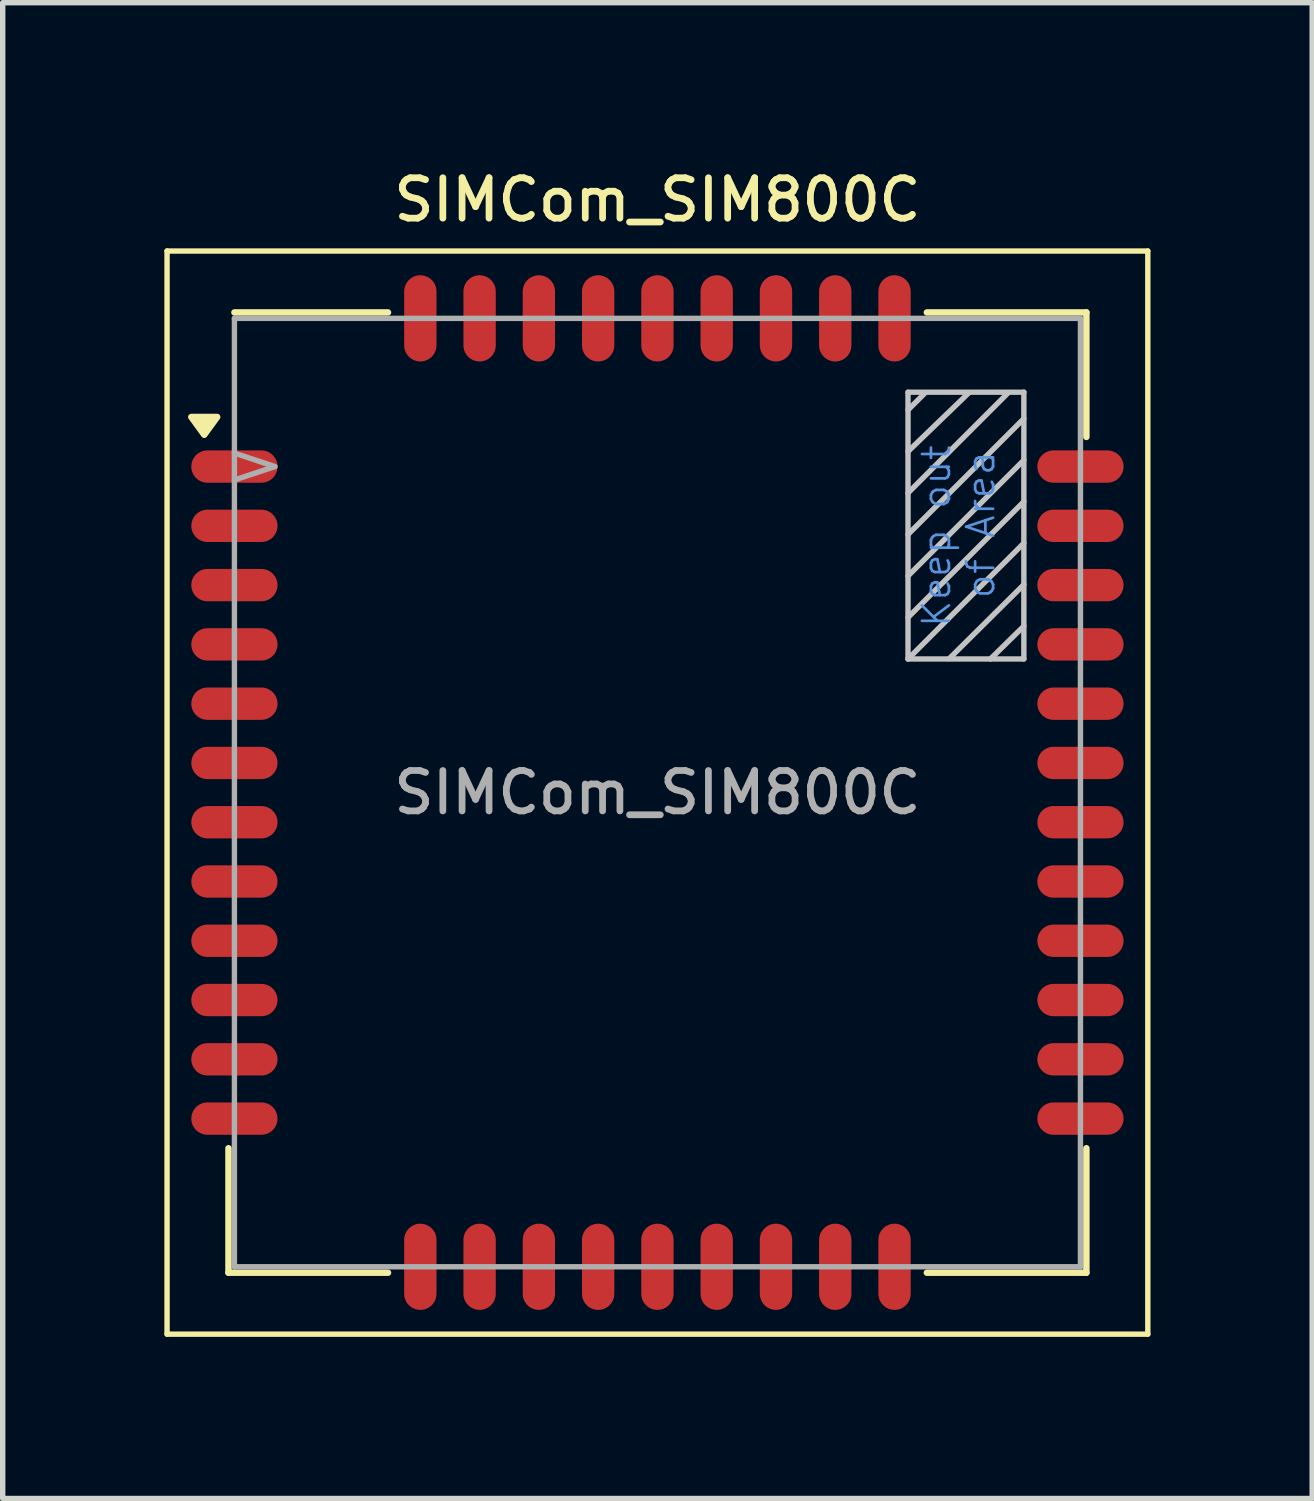
<source format=kicad_pcb>
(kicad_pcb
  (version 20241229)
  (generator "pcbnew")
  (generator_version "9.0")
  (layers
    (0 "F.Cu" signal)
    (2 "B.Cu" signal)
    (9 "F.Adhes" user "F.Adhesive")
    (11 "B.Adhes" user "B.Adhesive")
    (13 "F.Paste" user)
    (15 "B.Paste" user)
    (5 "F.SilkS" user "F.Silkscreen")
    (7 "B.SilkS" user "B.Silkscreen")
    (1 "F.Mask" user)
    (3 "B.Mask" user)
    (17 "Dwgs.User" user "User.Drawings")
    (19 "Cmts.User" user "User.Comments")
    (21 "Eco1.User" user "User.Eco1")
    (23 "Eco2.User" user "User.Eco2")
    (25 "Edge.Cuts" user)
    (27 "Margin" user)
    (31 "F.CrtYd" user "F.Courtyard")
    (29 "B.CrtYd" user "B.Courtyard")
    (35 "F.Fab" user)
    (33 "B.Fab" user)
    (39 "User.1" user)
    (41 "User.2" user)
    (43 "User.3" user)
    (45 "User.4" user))
  (footprint "SIMCom_SIM800C"
    (layer "F.Cu")
    (at 9.15 11.658)
    (property "Reference" "SIMCom_SIM800C" (at 0 -11 0) (layer "F.SilkS") (effects (font (size 0.75 0.75) (thickness 0.125))))
    (attr smd)
    (fp_line (start -9.1 -10.05) (end -9.1 10.05) (stroke (width 0.1) (type solid)) (layer "F.SilkS"))
    (fp_line (start -9.1 -10.05) (end 9.1 -10.05) (stroke (width 0.1) (type solid)) (layer "F.SilkS"))
    (fp_line (start -9.1 10.05) (end 9.1 10.05) (stroke (width 0.1) (type solid)) (layer "F.SilkS"))
    (fp_line (start -7.96 8.91) (end -7.96 6.6) (stroke (width 0.12) (type solid)) (layer "F.SilkS"))
    (fp_line (start -7.96 8.91) (end -5 8.91) (stroke (width 0.12) (type solid)) (layer "F.SilkS"))
    (fp_line (start -7.85 -8.91) (end -5 -8.91) (stroke (width 0.12) (type solid)) (layer "F.SilkS"))
    (fp_line (start 7.96 -8.91) (end 5 -8.91) (stroke (width 0.12) (type solid)) (layer "F.SilkS"))
    (fp_line (start 7.96 -8.91) (end 7.96 -6.6) (stroke (width 0.12) (type solid)) (layer "F.SilkS"))
    (fp_line (start 7.96 8.91) (end 5 8.91) (stroke (width 0.12) (type solid)) (layer "F.SilkS"))
    (fp_line (start 7.96 8.91) (end 7.96 6.6) (stroke (width 0.12) (type solid)) (layer "F.SilkS"))
    (fp_line (start 9.1 -10.05) (end 9.1 10.05) (stroke (width 0.1) (type solid)) (layer "F.SilkS"))
    (fp_poly (pts (xy -8.41 -6.64) (xy -8.65 -6.97) (xy -8.17 -6.97) (xy -8.41 -6.64)) (stroke (width 0.12) (type solid)) (fill yes) (layer "F.SilkS"))
    (fp_line (start 4.65 -7.43) (end 4.65 -2.48) (stroke (width 0.1) (type solid)) (layer "Dwgs.User"))
    (fp_line (start 4.65 -7.43) (end 6.8 -7.43) (stroke (width 0.1) (type solid)) (layer "Dwgs.User"))
    (fp_line (start 4.65 -7.1) (end 4.97 -7.42) (stroke (width 0.1) (type solid)) (layer "Dwgs.User"))
    (fp_line (start 4.65 -6.33) (end 5.78 -7.42) (stroke (width 0.1) (type solid)) (layer "Dwgs.User"))
    (fp_line (start 4.65 -5.56) (end 6.51 -7.42) (stroke (width 0.1) (type solid)) (layer "Dwgs.User"))
    (fp_line (start 4.65 -4.79) (end 6.8 -6.94) (stroke (width 0.1) (type solid)) (layer "Dwgs.User"))
    (fp_line (start 4.65 -4.02) (end 6.8 -6.17) (stroke (width 0.1) (type solid)) (layer "Dwgs.User"))
    (fp_line (start 4.65 -3.25) (end 6.8 -5.4) (stroke (width 0.1) (type solid)) (layer "Dwgs.User"))
    (fp_line (start 4.65 -2.48) (end 6.8 -4.63) (stroke (width 0.1) (type solid)) (layer "Dwgs.User"))
    (fp_line (start 4.65 -2.48) (end 6.8 -2.48) (stroke (width 0.1) (type solid)) (layer "Dwgs.User"))
    (fp_line (start 5.415 -2.486) (end 6.8 -3.86) (stroke (width 0.1) (type solid)) (layer "Dwgs.User"))
    (fp_line (start 6.18 -2.48) (end 6.8 -3.09) (stroke (width 0.1) (type solid)) (layer "Dwgs.User"))
    (fp_line (start 6.8 -7.43) (end 6.8 -2.48) (stroke (width 0.1) (type solid)) (layer "Dwgs.User"))
    (fp_line (start -7.85 -8.8) (end -7.85 8.8) (stroke (width 0.1) (type solid)) (layer "F.Fab"))
    (fp_line (start -7.85 -8.8) (end 7.85 -8.8) (stroke (width 0.1) (type solid)) (layer "F.Fab"))
    (fp_line (start -7.85 -6.3) (end -7.1 -6.05) (stroke (width 0.1) (type solid)) (layer "F.Fab"))
    (fp_line (start -7.85 -5.8) (end -7.1 -6.05) (stroke (width 0.1) (type solid)) (layer "F.Fab"))
    (fp_line (start -7.85 8.8) (end 7.85 8.8) (stroke (width 0.1) (type solid)) (layer "F.Fab"))
    (fp_line (start 7.85 -8.8) (end 7.85 8.8) (stroke (width 0.1) (type solid)) (layer "F.Fab"))
    (fp_text user "of Area" (at 6 -4.97 90) (layer "Cmts.User") (effects (font (size 0.5 0.5) (thickness 0.05))))
    (fp_text user "Keep out " (at 5.18 -4.95 90) (layer "Cmts.User") (effects (font (size 0.5 0.5) (thickness 0.05))))
    (fp_text user "${REFERENCE}" (at 0 0 0) (layer "F.Fab") (effects (font (size 0.75 0.75) (thickness 0.125))))
    (pad "" smd oval (at -7.95 -6.05) (size 1.8 0.55) (layers "F.Paste"))
    (pad "" smd oval (at -7.95 -4.95) (size 1.8 0.55) (layers "F.Paste"))
    (pad "" smd oval (at -7.95 -3.85) (size 1.8 0.55) (layers "F.Paste"))
    (pad "" smd oval (at -7.95 -2.75) (size 1.8 0.55) (layers "F.Paste"))
    (pad "" smd oval (at -7.95 -1.65) (size 1.8 0.55) (layers "F.Paste"))
    (pad "" smd oval (at -7.95 -0.55) (size 1.8 0.55) (layers "F.Paste"))
    (pad "" smd oval (at -7.95 0.55) (size 1.8 0.55) (layers "F.Paste"))
    (pad "" smd oval (at -7.95 1.65) (size 1.8 0.55) (layers "F.Paste"))
    (pad "" smd oval (at -7.95 2.75) (size 1.8 0.55) (layers "F.Paste"))
    (pad "" smd oval (at -7.95 3.85) (size 1.8 0.55) (layers "F.Paste"))
    (pad "" smd oval (at -7.95 4.95) (size 1.8 0.55) (layers "F.Paste"))
    (pad "" smd oval (at -7.95 6.05) (size 1.8 0.55) (layers "F.Paste"))
    (pad "" smd oval (at -4.4 -8.9 90) (size 1.8 0.55) (layers "F.Paste"))
    (pad "" smd oval (at -4.4 8.9 90) (size 1.8 0.55) (layers "F.Paste"))
    (pad "" smd oval (at -3.3 -8.9 90) (size 1.8 0.55) (layers "F.Paste"))
    (pad "" smd oval (at -3.3 8.9 90) (size 1.8 0.55) (layers "F.Paste"))
    (pad "" smd oval (at -2.2 -8.9 90) (size 1.8 0.55) (layers "F.Paste"))
    (pad "" smd oval (at -2.2 8.9 90) (size 1.8 0.55) (layers "F.Paste"))
    (pad "" smd oval (at -1.1 -8.9 90) (size 1.8 0.55) (layers "F.Paste"))
    (pad "" smd oval (at -1.1 8.9 90) (size 1.8 0.55) (layers "F.Paste"))
    (pad "" smd oval (at 0 -8.9 90) (size 1.8 0.55) (layers "F.Paste"))
    (pad "" smd oval (at 0 8.9 90) (size 1.8 0.55) (layers "F.Paste"))
    (pad "" smd oval (at 1.1 -8.9 90) (size 1.8 0.55) (layers "F.Paste"))
    (pad "" smd oval (at 1.1 8.9 90) (size 1.8 0.55) (layers "F.Paste"))
    (pad "" smd oval (at 2.2 -8.9 90) (size 1.8 0.55) (layers "F.Paste"))
    (pad "" smd oval (at 2.2 8.9 90) (size 1.8 0.55) (layers "F.Paste"))
    (pad "" smd oval (at 3.3 -8.9 90) (size 1.8 0.55) (layers "F.Paste"))
    (pad "" smd oval (at 3.3 8.9 90) (size 1.8 0.55) (layers "F.Paste"))
    (pad "" smd oval (at 4.4 -8.9 90) (size 1.8 0.55) (layers "F.Paste"))
    (pad "" smd oval (at 4.4 8.9 90) (size 1.8 0.55) (layers "F.Paste"))
    (pad "" smd oval (at 7.95 -6.05) (size 1.8 0.55) (layers "F.Paste"))
    (pad "" smd oval (at 7.95 -4.95) (size 1.8 0.55) (layers "F.Paste"))
    (pad "" smd oval (at 7.95 -3.85) (size 1.8 0.55) (layers "F.Paste"))
    (pad "" smd oval (at 7.95 -2.75) (size 1.8 0.55) (layers "F.Paste"))
    (pad "" smd oval (at 7.95 -1.65) (size 1.8 0.55) (layers "F.Paste"))
    (pad "" smd oval (at 7.95 -0.55) (size 1.8 0.55) (layers "F.Paste"))
    (pad "" smd oval (at 7.95 0.55) (size 1.8 0.55) (layers "F.Paste"))
    (pad "" smd oval (at 7.95 1.65) (size 1.8 0.55) (layers "F.Paste"))
    (pad "" smd oval (at 7.95 2.75) (size 1.8 0.55) (layers "F.Paste"))
    (pad "" smd oval (at 7.95 3.85) (size 1.8 0.55) (layers "F.Paste"))
    (pad "" smd oval (at 7.95 4.95) (size 1.8 0.55) (layers "F.Paste"))
    (pad "" smd oval (at 7.95 6.05) (size 1.8 0.55) (layers "F.Paste"))
    (pad "1" smd oval (at -7.85 -6.05) (size 1.6 0.6) (layers "F.Cu" "F.Mask"))
    (pad "2" smd oval (at -7.85 -4.95) (size 1.6 0.6) (layers "F.Cu" "F.Mask"))
    (pad "3" smd oval (at -7.85 -3.85) (size 1.6 0.6) (layers "F.Cu" "F.Mask"))
    (pad "4" smd oval (at -7.85 -2.75) (size 1.6 0.6) (layers "F.Cu" "F.Mask"))
    (pad "5" smd oval (at -7.85 -1.65) (size 1.6 0.6) (layers "F.Cu" "F.Mask"))
    (pad "6" smd oval (at -7.85 -0.55) (size 1.6 0.6) (layers "F.Cu" "F.Mask"))
    (pad "7" smd oval (at -7.85 0.55) (size 1.6 0.6) (layers "F.Cu" "F.Mask"))
    (pad "8" smd oval (at -7.85 1.65) (size 1.6 0.6) (layers "F.Cu" "F.Mask"))
    (pad "9" smd oval (at -7.85 2.75) (size 1.6 0.6) (layers "F.Cu" "F.Mask"))
    (pad "10" smd oval (at -7.85 3.85) (size 1.6 0.6) (layers "F.Cu" "F.Mask"))
    (pad "11" smd oval (at -7.85 4.95) (size 1.6 0.6) (layers "F.Cu" "F.Mask"))
    (pad "12" smd oval (at -7.85 6.05) (size 1.6 0.6) (layers "F.Cu" "F.Mask"))
    (pad "13" smd oval (at -4.4 8.8) (size 0.6 1.6) (layers "F.Cu" "F.Mask"))
    (pad "14" smd oval (at -3.3 8.8) (size 0.6 1.6) (layers "F.Cu" "F.Mask"))
    (pad "15" smd oval (at -2.2 8.8) (size 0.6 1.6) (layers "F.Cu" "F.Mask"))
    (pad "16" smd oval (at -1.1 8.8) (size 0.6 1.6) (layers "F.Cu" "F.Mask"))
    (pad "17" smd oval (at 0 8.8) (size 0.6 1.6) (layers "F.Cu" "F.Mask"))
    (pad "18" smd oval (at 1.1 8.8) (size 0.6 1.6) (layers "F.Cu" "F.Mask"))
    (pad "19" smd oval (at 2.2 8.8) (size 0.6 1.6) (layers "F.Cu" "F.Mask"))
    (pad "20" smd oval (at 3.3 8.8) (size 0.6 1.6) (layers "F.Cu" "F.Mask"))
    (pad "21" smd oval (at 4.4 8.8) (size 0.6 1.6) (layers "F.Cu" "F.Mask"))
    (pad "22" smd oval (at 7.85 6.05) (size 1.6 0.6) (layers "F.Cu" "F.Mask"))
    (pad "23" smd oval (at 7.85 4.95) (size 1.6 0.6) (layers "F.Cu" "F.Mask"))
    (pad "24" smd oval (at 7.85 3.85) (size 1.6 0.6) (layers "F.Cu" "F.Mask"))
    (pad "25" smd oval (at 7.85 2.75) (size 1.6 0.6) (layers "F.Cu" "F.Mask"))
    (pad "26" smd oval (at 7.85 1.65) (size 1.6 0.6) (layers "F.Cu" "F.Mask"))
    (pad "27" smd oval (at 7.85 0.55) (size 1.6 0.6) (layers "F.Cu" "F.Mask"))
    (pad "28" smd oval (at 7.85 -0.55) (size 1.6 0.6) (layers "F.Cu" "F.Mask"))
    (pad "29" smd oval (at 7.85 -1.65) (size 1.6 0.6) (layers "F.Cu" "F.Mask"))
    (pad "30" smd oval (at 7.85 -2.75) (size 1.6 0.6) (layers "F.Cu" "F.Mask"))
    (pad "31" smd oval (at 7.85 -3.85) (size 1.6 0.6) (layers "F.Cu" "F.Mask"))
    (pad "32" smd oval (at 7.85 -4.95) (size 1.6 0.6) (layers "F.Cu" "F.Mask"))
    (pad "33" smd oval (at 7.85 -6.05) (size 1.6 0.6) (layers "F.Cu" "F.Mask"))
    (pad "34" smd oval (at 4.4 -8.8) (size 0.6 1.6) (layers "F.Cu" "F.Mask"))
    (pad "35" smd oval (at 3.3 -8.8) (size 0.6 1.6) (layers "F.Cu" "F.Mask"))
    (pad "36" smd oval (at 2.2 -8.8) (size 0.6 1.6) (layers "F.Cu" "F.Mask"))
    (pad "37" smd oval (at 1.1 -8.8) (size 0.6 1.6) (layers "F.Cu" "F.Mask"))
    (pad "38" smd oval (at 0 -8.8) (size 0.6 1.6) (layers "F.Cu" "F.Mask"))
    (pad "39" smd oval (at -1.1 -8.8) (size 0.6 1.6) (layers "F.Cu" "F.Mask"))
    (pad "40" smd oval (at -2.2 -8.8) (size 0.6 1.6) (layers "F.Cu" "F.Mask"))
    (pad "41" smd oval (at -3.3 -8.8) (size 0.6 1.6) (layers "F.Cu" "F.Mask"))
    (pad "42" smd oval (at -4.4 -8.8) (size 0.6 1.6) (layers "F.Cu" "F.Mask")))
  (gr_rect
    (start -3 -3)
    (end 21.3 24.758)
    (stroke (width 0.1) (type default))
    (fill no)
    (layer "Edge.Cuts")))
</source>
